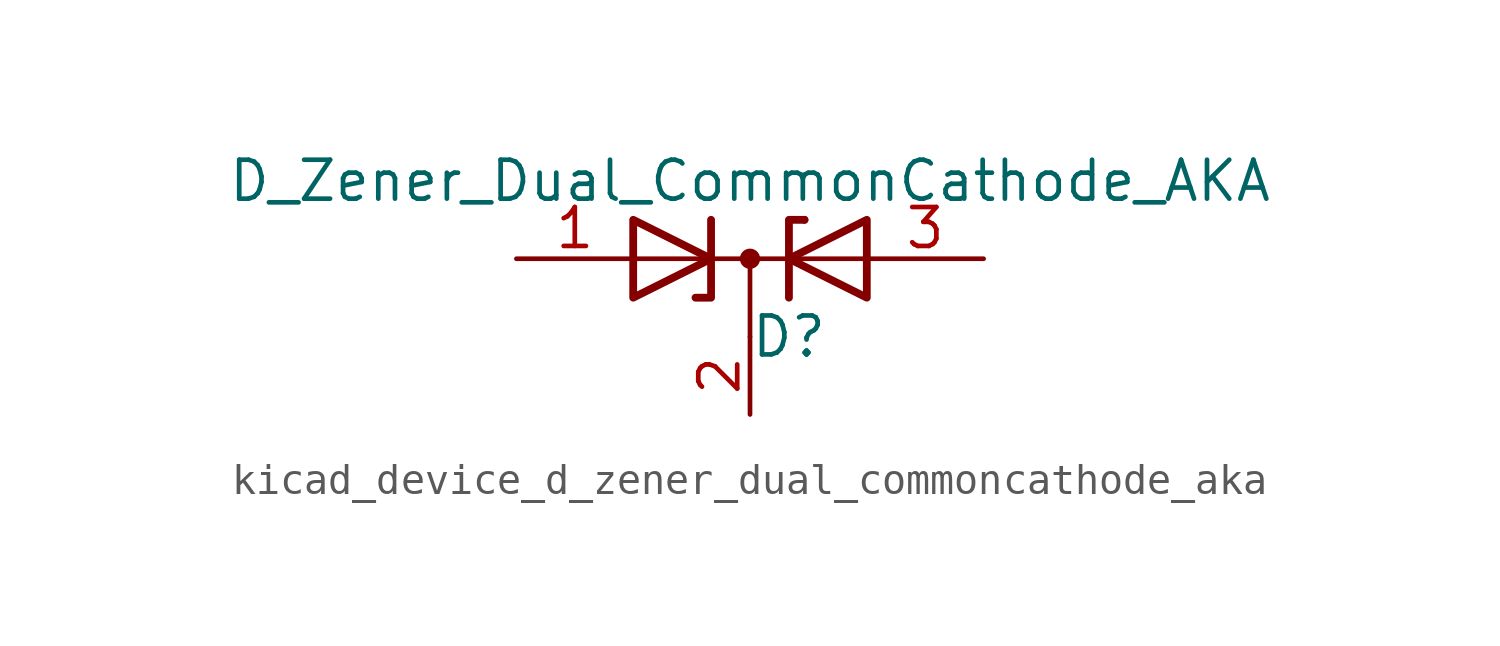
<source format=kicad_sym>
(kicad_symbol_lib
  (version 20220914)
  (generator kicad_symbol_editor)
  (symbol "kicad_device_d_zener_dual_commoncathode_aka"
    (pin_names
      (offset 0.762) hide)
    (property "Reference" "D"
      (at 1.27 -2.54 0)
      (effects (font (size 1.27 1.27))))
    (property "Value" "D_Zener_Dual_CommonCathode_AKA"
      (at 0 2.54 0)
      (effects (font (size 1.27 1.27))))
    (symbol "kicad_device_d_zener_dual_commoncathode_aka_0_1"
      (polyline (pts (xy 0 0) (xy 0 -2.54)) (stroke (width 0) (type default)) (fill (type none)))
      (polyline (pts (xy 1.778 1.27) (xy 1.778 1.27)) (stroke (width 0.254) (type default)) (fill (type none)))
      (polyline (pts (xy 3.81 0) (xy -3.81 0)) (stroke (width 0) (type default)) (fill (type none)))
      (polyline (pts (xy -1.778 -1.27) (xy -1.27 -1.27) (xy -1.27 1.27)) (stroke (width 0.254) (type default)) (fill (type none)))
      (polyline (pts (xy 1.27 -1.27) (xy 1.27 1.27) (xy 1.778 1.27)) (stroke (width 0.254) (type default)) (fill (type none)))
      (polyline (pts (xy -3.81 1.27) (xy -1.27 0) (xy -3.81 -1.27) (xy -3.81 1.27) (xy -3.81 1.27) (xy -3.81 1.27)) (stroke (width 0.254) (type default)) (fill (type none)))
      (polyline (pts (xy 3.81 -1.27) (xy 1.27 0) (xy 3.81 1.27) (xy 3.81 -1.27) (xy 3.81 -1.27) (xy 3.81 -1.27)) (stroke (width 0.254) (type default)) (fill (type none)))
      (circle (center 0 0) (radius 0.254) (stroke (width 0) (type default)) (fill (type outline)))
      (pin passive line (at -7.62 0 0) (length 3.81) (name "A" (effects (font (size 1.27 1.27)))) (number "1" (effects (font (size 1.27 1.27)))))
      (pin passive line (at 0 -5.08 90) (length 2.54) (name "K" (effects (font (size 1.27 1.27)))) (number "2" (effects (font (size 1.27 1.27)))))
      (pin passive line (at 7.62 0 180) (length 3.81) (name "A" (effects (font (size 1.27 1.27)))) (number "3" (effects (font (size 1.27 1.27))))))))
</source>
